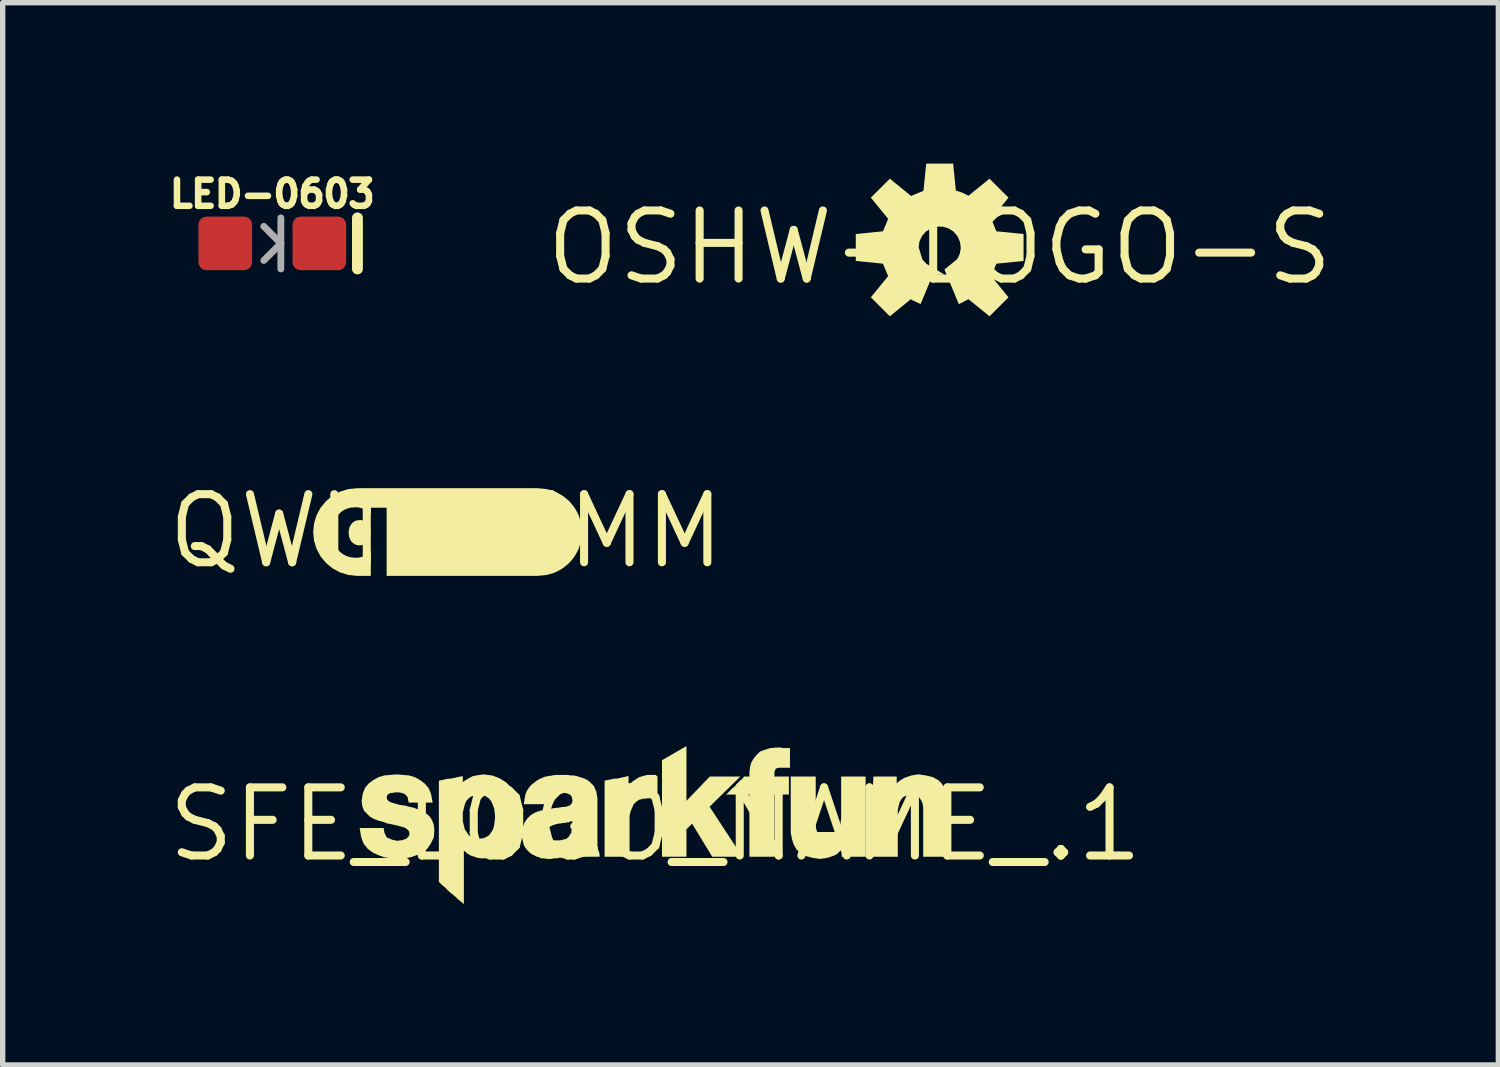
<source format=kicad_pcb>
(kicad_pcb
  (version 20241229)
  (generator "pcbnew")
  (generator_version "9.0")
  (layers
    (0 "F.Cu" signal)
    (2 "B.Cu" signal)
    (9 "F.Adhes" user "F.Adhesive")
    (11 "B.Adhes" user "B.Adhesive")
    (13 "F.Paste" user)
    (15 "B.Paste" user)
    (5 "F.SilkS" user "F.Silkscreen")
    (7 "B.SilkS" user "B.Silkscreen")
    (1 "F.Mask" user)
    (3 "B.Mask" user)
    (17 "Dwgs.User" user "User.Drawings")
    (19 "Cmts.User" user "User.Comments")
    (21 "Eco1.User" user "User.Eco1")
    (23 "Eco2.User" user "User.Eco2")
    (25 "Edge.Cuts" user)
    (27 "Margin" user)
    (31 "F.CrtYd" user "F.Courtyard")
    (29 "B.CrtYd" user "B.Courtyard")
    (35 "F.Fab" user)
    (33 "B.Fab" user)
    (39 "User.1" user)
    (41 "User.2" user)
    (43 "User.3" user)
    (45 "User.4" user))
  (footprint "QWIIC_5MM"
    (layer "F.Cu")
    (at 5.269 6.853)
    (property "Reference" "QWIIC_5MM" (at 0 0 0) (layer "F.SilkS") (effects (font (size 1.27 1.27) (thickness 0.15))))
    (fp_poly (pts (xy -1.543 -0.197) (xy -1.497 -0.17) (xy -1.457 -0.134) (xy -1.43 -0.086) (xy -1.416 -0.035) (xy -1.408 0.018) (xy -1.413 0.072) (xy -1.421 0.125) (xy -1.447 0.173) (xy -1.48 0.214) (xy -1.524 0.247) (xy -1.577 0.261) (xy -1.63 0.265) (xy -1.684 0.254) (xy -1.73 0.227) (xy -1.77 0.191) (xy -1.797 0.143) (xy -1.812 0.092) (xy -1.82 0.038) (xy -1.815 -0.015) (xy -1.806 -0.068) (xy -1.78 -0.116) (xy -1.747 -0.157) (xy -1.703 -0.19) (xy -1.65 -0.204) (xy -1.597 -0.208)) (stroke (width 0) (type default)) (fill yes) (layer "F.SilkS"))
    (fp_poly (pts (xy 1.741 -0.798) (xy 1.846 -0.788) (xy 1.899 -0.779) (xy 2 -0.747) (xy 2.05 -0.728) (xy 2.143 -0.677) (xy 2.188 -0.648) (xy 2.27 -0.581) (xy 2.308 -0.544) (xy 2.376 -0.461) (xy 2.406 -0.417) (xy 2.457 -0.324) (xy 2.477 -0.275) (xy 2.509 -0.173) (xy 2.519 -0.121) (xy 2.53 -0.015) (xy 2.531 0.038) (xy 2.52 0.144) (xy 2.511 0.197) (xy 2.48 0.298) (xy 2.461 0.348) (xy 2.41 0.442) (xy 2.382 0.487) (xy 2.314 0.569) (xy 2.277 0.607) (xy 2.195 0.675) (xy 2.151 0.705) (xy 2.058 0.756) (xy 2.009 0.777) (xy 1.907 0.808) (xy 1.855 0.819) (xy 1.749 0.829) (xy 1.696 0.833) (xy -1.054 0.833) (xy -1.111 0.834) (xy -1.111 -0.437) (xy -1.406 -0.437) (xy -1.406 -0.432) (xy -1.406 -0.311) (xy -1.448 -0.351) (xy -1.488 -0.384) (xy -1.533 -0.411) (xy -1.581 -0.43) (xy -1.631 -0.442) (xy -1.683 -0.446) (xy -1.787 -0.438) (xy -1.837 -0.423) (xy -1.885 -0.405) (xy -1.931 -0.379) (xy -1.971 -0.347) (xy -2.008 -0.311) (xy -2.039 -0.269) (xy -2.064 -0.223) (xy -2.086 -0.176) (xy -2.099 -0.125) (xy -2.11 -0.075) (xy -2.117 0.03) (xy -2.107 0.134) (xy -2.095 0.185) (xy -2.079 0.234) (xy -2.057 0.282) (xy -2.029 0.326) (xy -1.999 0.368) (xy -1.96 0.402) (xy -1.918 0.433) (xy -1.873 0.458) (xy -1.824 0.475) (xy -1.774 0.489) (xy -1.722 0.494) (xy -1.67 0.496) (xy -1.618 0.49) (xy -1.568 0.478) (xy -1.521 0.457) (xy -1.477 0.428) (xy -1.439 0.393) (xy -1.406 0.357) (xy -1.406 0.811) (xy -1.406 0.833) (xy -1.662 0.833) (xy -1.821 0.817) (xy -1.974 0.771) (xy -2.115 0.696) (xy -2.239 0.595) (xy -2.341 0.472) (xy -2.417 0.331) (xy -2.464 0.178) (xy -2.48 0.019) (xy -2.464 -0.14) (xy -2.45 -0.191) (xy -2.419 -0.293) (xy -2.395 -0.341) (xy -2.344 -0.434) (xy -2.243 -0.558) (xy -2.121 -0.661) (xy -1.98 -0.737) (xy -1.828 -0.784) (xy -1.669 -0.8) (xy -1.616 -0.801) (xy 1.716 -0.801)) (stroke (width 0) (type default)) (fill yes) (layer "F.SilkS")))
  (footprint "OSHW-LOGO-S"
    (layer "F.Cu")
    (at 14.469 1.564)
    (property "Reference" "OSHW-LOGO-S" (at 0 0 0) (layer "F.SilkS") (effects (font (size 1.27 1.27) (thickness 0.15))))
    (fp_poly (pts (xy 0.302 -1.061) (xy 0.423 -1.022) (xy 0.537 -0.964) (xy 0.929 -1.283) (xy 1.283 -0.929) (xy 0.961 -0.534) (xy 1.057 -0.302) (xy 1.564 -0.251) (xy 1.564 0.251) (xy 1.057 0.302) (xy 0.961 0.534) (xy 1.283 0.929) (xy 0.929 1.283) (xy 0.537 0.964) (xy 0.357 1.057) (xy 0.089 0.41) (xy 0.326 0.218) (xy 0.374 0.121) (xy 0.393 0.01) (xy 0.379 -0.102) (xy 0.335 -0.205) (xy 0.263 -0.292) (xy 0.169 -0.355) (xy 0.061 -0.388) (xy -0.051 -0.389) (xy -0.16 -0.359) (xy -0.255 -0.299) (xy -0.33 -0.214) (xy -0.377 -0.112) (xy -0.392 -0.006) (xy -0.323 0.223) (xy -0.249 0.304) (xy 0.092 0.508) (xy -0.129 0.508) (xy -0.355 1.054) (xy -0.507 0.984) (xy -0.539 0.965) (xy -0.929 1.283) (xy -1.283 0.929) (xy -0.961 0.534) (xy -1.057 0.302) (xy -1.564 0.251) (xy -1.564 -0.251) (xy -1.057 -0.302) (xy -0.961 -0.534) (xy -1.283 -0.929) (xy -0.929 -1.283) (xy -0.534 -0.961) (xy -0.302 -1.057) (xy -0.251 -1.564) (xy 0.251 -1.564)) (stroke (width 0) (type default)) (fill yes) (layer "F.SilkS")))
  (footprint "SFE_LOGO_NAME_.1"
    (layer "F.Cu")
    (at 9.169 12.32)
    (property "Reference" "SFE_LOGO_NAME_.1" (at 0 0 0) (layer "F.SilkS") (effects (font (size 1.27 1.27) (thickness 0.15))))
    (fp_poly (pts (xy -2.528 -0.172) (xy -2.541 0.009) (xy -2.562 0.155) (xy -2.629 0.316) (xy -3.034 0.126) (xy -3.007 0.018) (xy -2.997 -0.059) (xy -2.983 -0.184)) (stroke (width 0) (type default)) (fill yes) (layer "F.SilkS"))
    (fp_poly (pts (xy 0.579 -0.44) (xy 1.015 -0.893) (xy 1.584 -0.893) (xy 1.01 -0.33) (xy 1.622 0.603) (xy 1.06 0.603) (xy 0.684 -0.014) (xy 0.579 0.091) (xy 0.579 0.603) (xy 0.123 0.603) (xy 0.123 -1.197) (xy 0.579 -1.461)) (stroke (width 0) (type default)) (fill yes) (layer "F.SilkS"))
    (fp_poly (pts (xy -1.636 -0.054) (xy -1.69 -0.027) (xy -1.733 -0.027) (xy -1.763 -0.017) (xy -1.803 -0.017) (xy -1.833 -0.007) (xy -1.85 -0.007) (xy -1.87 0.003) (xy -1.925 0.003) (xy -2.03 -0.273) (xy -1.895 -0.303) (xy -1.803 -0.313) (xy -1.688 -0.327)) (stroke (width 0) (type default)) (fill yes) (layer "F.SilkS"))
    (fp_poly (pts (xy 0.039 -0.891) (xy 0.039 -0.477) (xy -0.018 -0.477) (xy -0.038 -0.487) (xy -0.137 -0.487) (xy -0.232 -0.477) (xy -0.303 -0.46) (xy -0.355 -0.425) (xy -0.407 -0.373) (xy -0.463 -0.243) (xy -0.481 -0.161) (xy -0.481 0.603) (xy -0.947 0.603) (xy -0.947 -0.816) (xy -0.817 -0.842) (xy -0.774 -0.853) (xy -0.723 -0.853) (xy -0.677 -0.862) (xy -0.637 -0.872) (xy -0.587 -0.882) (xy -0.501 -0.904) (xy -0.501 -0.721) (xy -0.489 -0.739) (xy -0.433 -0.795) (xy -0.305 -0.88) (xy -0.154 -0.923) (xy 0.007 -0.923)) (stroke (width 0) (type default)) (fill yes) (layer "F.SilkS"))
    (fp_poly (pts (xy 2.377 -1.423) (xy 2.509 -1.423) (xy 2.509 -1.057) (xy 2.297 -1.057) (xy 2.246 -1.04) (xy 2.242 -1.038) (xy 2.236 -1.02) (xy 2.227 -1.002) (xy 2.219 -0.97) (xy 2.219 -0.893) (xy 2.489 -0.893) (xy 2.489 -0.557) (xy 2.219 -0.557) (xy 2.219 0.603) (xy 1.753 0.603) (xy 1.753 -0.557) (xy 1.319 -0.557) (xy 1.446 -0.684) (xy 1.484 -0.712) (xy 1.512 -0.75) (xy 1.576 -0.814) (xy 1.614 -0.842) (xy 1.652 -0.893) (xy 1.753 -0.893) (xy 1.753 -0.967) (xy 1.763 -1.062) (xy 1.785 -1.149) (xy 1.83 -1.227) (xy 1.883 -1.291) (xy 1.95 -1.358) (xy 2.039 -1.391) (xy 2.144 -1.423) (xy 2.259 -1.433) (xy 2.347 -1.433)) (stroke (width 0) (type default)) (fill yes) (layer "F.SilkS"))
    (fp_poly (pts (xy 5.048 -0.912) (xy 5.175 -0.881) (xy 5.274 -0.826) (xy 5.342 -0.758) (xy 5.395 -0.661) (xy 5.438 -0.554) (xy 5.449 -0.438) (xy 5.459 -0.306) (xy 5.459 0.603) (xy 4.993 0.603) (xy 4.993 -0.312) (xy 4.984 -0.376) (xy 4.966 -0.429) (xy 4.939 -0.474) (xy 4.914 -0.508) (xy 4.886 -0.529) (xy 4.781 -0.546) (xy 4.654 -0.528) (xy 4.616 -0.506) (xy 4.582 -0.463) (xy 4.556 -0.42) (xy 4.538 -0.356) (xy 4.519 -0.271) (xy 4.519 0.603) (xy 4.053 0.603) (xy 4.053 -0.676) (xy 4.065 -0.893) (xy 4.499 -0.893) (xy 4.499 -0.761) (xy 4.525 -0.793) (xy 4.591 -0.837) (xy 4.645 -0.87) (xy 4.772 -0.912) (xy 4.901 -0.934)) (stroke (width 0) (type default)) (fill yes) (layer "F.SilkS"))
    (fp_poly (pts (xy 2.989 0.022) (xy 2.998 0.086) (xy 3.017 0.142) (xy 3.033 0.184) (xy 3.066 0.216) (xy 3.097 0.239) (xy 3.137 0.247) (xy 3.201 0.257) (xy 3.265 0.247) (xy 3.318 0.239) (xy 3.357 0.215) (xy 3.401 0.171) (xy 3.426 0.13) (xy 3.443 0.068) (xy 3.453 -0.019) (xy 3.463 -0.117) (xy 3.463 -0.893) (xy 3.919 -0.893) (xy 3.919 0.603) (xy 3.473 0.603) (xy 3.473 0.472) (xy 3.446 0.493) (xy 3.395 0.545) (xy 3.337 0.58) (xy 3.21 0.622) (xy 3.147 0.633) (xy 3.071 0.643) (xy 2.923 0.622) (xy 2.807 0.591) (xy 2.709 0.536) (xy 2.631 0.469) (xy 2.576 0.37) (xy 2.544 0.264) (xy 2.523 0.148) (xy 2.523 -0.893) (xy 2.989 -0.893)) (stroke (width 0) (type default)) (fill yes) (layer "F.SilkS"))
    (fp_poly (pts (xy -3.04 -0.912) (xy -2.902 -0.859) (xy -2.785 -0.785) (xy -2.689 -0.688) (xy -2.615 -0.562) (xy -2.562 -0.426) (xy -2.531 -0.279) (xy -2.531 -0.096) (xy -2.983 -0.108) (xy -3.006 -0.296) (xy -3.034 -0.371) (xy -3.062 -0.435) (xy -3.105 -0.486) (xy -3.157 -0.521) (xy -3.219 -0.548) (xy -3.289 -0.557) (xy -3.369 -0.548) (xy -3.431 -0.521) (xy -3.483 -0.486) (xy -3.526 -0.435) (xy -3.553 -0.373) (xy -3.591 -0.22) (xy -3.591 -0.06) (xy -3.554 0.089) (xy -3.482 0.198) (xy -3.431 0.231) (xy -3.369 0.258) (xy -3.289 0.267) (xy -3.209 0.258) (xy -3.147 0.231) (xy -3.096 0.198) (xy -3.002 0.057) (xy -2.594 0.249) (xy -2.689 0.399) (xy -2.784 0.494) (xy -2.891 0.569) (xy -3.031 0.623) (xy -3.188 0.633) (xy -3.252 0.633) (xy -3.318 0.622) (xy -3.445 0.58) (xy -3.501 0.546) (xy -3.554 0.503) (xy -3.571 0.487) (xy -3.571 1.484) (xy -3.684 1.393) (xy -3.734 1.343) (xy -3.834 1.263) (xy -3.924 1.173) (xy -3.974 1.133) (xy -4.037 1.071) (xy -4.037 -0.816) (xy -3.957 -0.832) (xy -3.917 -0.842) (xy -3.863 -0.853) (xy -3.823 -0.853) (xy -3.727 -0.872) (xy -3.687 -0.882) (xy -3.591 -0.901) (xy -3.591 -0.784) (xy -3.574 -0.804) (xy -3.467 -0.868) (xy -3.401 -0.902) (xy -3.21 -0.933)) (stroke (width 0) (type default)) (fill yes) (layer "F.SilkS"))
    (fp_poly (pts (xy -4.592 -0.913) (xy -4.484 -0.88) (xy -4.388 -0.827) (xy -4.303 -0.763) (xy -4.226 -0.675) (xy -4.182 -0.566) (xy -4.153 -0.407) (xy -4.6 -0.407) (xy -4.616 -0.487) (xy -4.623 -0.516) (xy -4.672 -0.564) (xy -4.702 -0.579) (xy -4.737 -0.588) (xy -4.783 -0.597) (xy -4.863 -0.597) (xy -4.893 -0.587) (xy -4.933 -0.587) (xy -4.952 -0.58) (xy -4.997 -0.551) (xy -5.002 -0.534) (xy -5.01 -0.504) (xy -5.003 -0.471) (xy -4.982 -0.442) (xy -4.951 -0.419) (xy -4.898 -0.401) (xy -4.761 -0.362) (xy -4.682 -0.353) (xy -4.6 -0.332) (xy -4.508 -0.312) (xy -4.425 -0.28) (xy -4.352 -0.249) (xy -4.277 -0.206) (xy -4.21 -0.151) (xy -4.165 -0.082) (xy -4.132 0.006) (xy -4.121 0.104) (xy -4.132 0.245) (xy -4.186 0.354) (xy -4.251 0.452) (xy -4.339 0.518) (xy -4.444 0.57) (xy -4.559 0.612) (xy -4.686 0.633) (xy -4.932 0.633) (xy -5.059 0.612) (xy -5.174 0.57) (xy -5.279 0.518) (xy -5.366 0.452) (xy -5.443 0.354) (xy -5.486 0.235) (xy -5.514 0.067) (xy -5.067 0.067) (xy -5.052 0.153) (xy -5.034 0.189) (xy -5.018 0.231) (xy -4.99 0.251) (xy -4.898 0.288) (xy -4.852 0.298) (xy -4.801 0.306) (xy -4.764 0.297) (xy -4.726 0.297) (xy -4.681 0.279) (xy -4.648 0.271) (xy -4.6 0.222) (xy -4.587 0.196) (xy -4.587 0.16) (xy -4.594 0.131) (xy -4.609 0.109) (xy -4.633 0.085) (xy -4.674 0.06) (xy -4.808 0.022) (xy -4.897 0.002) (xy -4.999 -0.018) (xy -5.08 -0.049) (xy -5.16 -0.069) (xy -5.245 -0.1) (xy -5.322 -0.144) (xy -5.432 -0.254) (xy -5.466 -0.346) (xy -5.477 -0.436) (xy -5.456 -0.575) (xy -5.412 -0.685) (xy -5.345 -0.763) (xy -5.26 -0.827) (xy -5.164 -0.88) (xy -5.056 -0.913) (xy -4.942 -0.923) (xy -4.819 -0.933)) (stroke (width 0) (type default)) (fill yes) (layer "F.SilkS"))
    (fp_poly (pts (xy -1.576 -0.913) (xy -1.525 -0.913) (xy -1.469 -0.902) (xy -1.408 -0.882) (xy -1.367 -0.871) (xy -1.313 -0.85) (xy -1.269 -0.828) (xy -1.224 -0.794) (xy -1.147 -0.716) (xy -1.124 -0.661) (xy -1.102 -0.617) (xy -1.081 -0.488) (xy -1.081 0.406) (xy -1.071 0.426) (xy -1.071 0.466) (xy -1.061 0.486) (xy -1.061 0.496) (xy -1.051 0.516) (xy -1.051 0.526) (xy -1.041 0.546) (xy -1.041 0.603) (xy -1.507 0.603) (xy -1.507 0.561) (xy -1.517 0.551) (xy -1.517 0.541) (xy -1.527 0.531) (xy -1.527 0.513) (xy -1.552 0.53) (xy -1.582 0.54) (xy -1.61 0.558) (xy -1.63 0.568) (xy -1.662 0.59) (xy -1.698 0.602) (xy -1.738 0.612) (xy -1.773 0.623) (xy -1.803 0.623) (xy -1.833 0.633) (xy -1.903 0.633) (xy -1.933 0.643) (xy -2.023 0.643) (xy -2.073 0.633) (xy -2.128 0.633) (xy -2.172 0.611) (xy -2.212 0.601) (xy -2.298 0.558) (xy -2.333 0.535) (xy -2.398 0.47) (xy -2.432 0.425) (xy -2.455 0.378) (xy -2.476 0.293) (xy -2.487 0.239) (xy -2.487 0.183) (xy -2.477 0.067) (xy -2.443 -0.032) (xy -2.388 -0.11) (xy -2.322 -0.176) (xy -2.245 -0.22) (xy -2.16 -0.252) (xy -2.066 -0.273) (xy -1.954 -0.287) (xy -1.851 -0.016) (xy -1.976 0.046) (xy -2.008 0.078) (xy -2.021 0.104) (xy -2.021 0.141) (xy -2.028 0.162) (xy -2.021 0.176) (xy -2.021 0.199) (xy -2.011 0.229) (xy -2.011 0.236) (xy -2.008 0.242) (xy -1.986 0.264) (xy -1.966 0.274) (xy -1.956 0.284) (xy -1.95 0.287) (xy -1.93 0.287) (xy -1.91 0.297) (xy -1.774 0.297) (xy -1.665 0.27) (xy -1.643 0.255) (xy -1.602 0.214) (xy -1.592 0.184) (xy -1.572 0.164) (xy -1.567 0.149) (xy -1.567 0.116) (xy -1.557 0.096) (xy -1.557 0.066) (xy -1.547 0.046) (xy -1.547 -0.063) (xy -1.553 -0.057) (xy -1.58 -0.057) (xy -1.62 -0.037) (xy -1.711 -0.037) (xy -1.764 -0.317) (xy -1.658 -0.332) (xy -1.607 -0.349) (xy -1.576 -0.372) (xy -1.555 -0.401) (xy -1.547 -0.439) (xy -1.547 -0.459) (xy -1.557 -0.489) (xy -1.557 -0.506) (xy -1.57 -0.532) (xy -1.592 -0.554) (xy -1.638 -0.577) (xy -1.658 -0.577) (xy -1.678 -0.587) (xy -1.748 -0.587) (xy -1.762 -0.594) (xy -1.783 -0.587) (xy -1.833 -0.587) (xy -1.863 -0.577) (xy -1.88 -0.577) (xy -1.906 -0.564) (xy -1.958 -0.512) (xy -1.971 -0.486) (xy -1.971 -0.456) (xy -1.981 -0.436) (xy -1.981 -0.377) (xy -2.453 -0.377) (xy -2.437 -0.491) (xy -2.426 -0.545) (xy -2.404 -0.611) (xy -2.371 -0.666) (xy -2.338 -0.71) (xy -2.294 -0.754) (xy -2.21 -0.817) (xy -2.156 -0.849) (xy -2.049 -0.892) (xy -1.862 -0.923) (xy -1.636 -0.923)) (stroke (width 0) (type default)) (fill yes) (layer "F.SilkS")))
  (footprint "LED-0603"
    (layer "F.Cu")
    (at 2.027 1.488)
    (property "Reference" "LED-0603" (at 0 -0.635 0) (unlocked yes) (layer "F.SilkS") (effects (font (size 0.488 0.488) (thickness 0.122)) (justify bottom)))
    (fp_line (start 1.587 -0.476) (end 1.587 0.476) (stroke (width 0.203) (type solid)) (layer "F.SilkS"))
    (fp_line (start 0.159 -0.476) (end 0.159 0) (stroke (width 0.127) (type solid)) (layer "F.Fab"))
    (fp_line (start 0.159 0) (end -0.159 -0.318) (stroke (width 0.127) (type solid)) (layer "F.Fab"))
    (fp_line (start 0.159 0) (end -0.159 0.318) (stroke (width 0.127) (type solid)) (layer "F.Fab"))
    (fp_line (start 0.159 0) (end 0.159 0.476) (stroke (width 0.127) (type solid)) (layer "F.Fab"))
    (pad "A" smd roundrect (at -0.877 0 270) (size 1 1) (layers "F.Cu" "F.Mask" "F.Paste") (roundrect_rratio 0.15))
    (pad "C" smd roundrect (at 0.877 0 270) (size 1 1) (layers "F.Cu" "F.Mask" "F.Paste") (roundrect_rratio 0.15)))
  (gr_rect
    (start -3 -3)
    (end 24.885 16.805)
    (stroke (width 0.1) (type default))
    (fill no)
    (layer "Edge.Cuts")))
</source>
